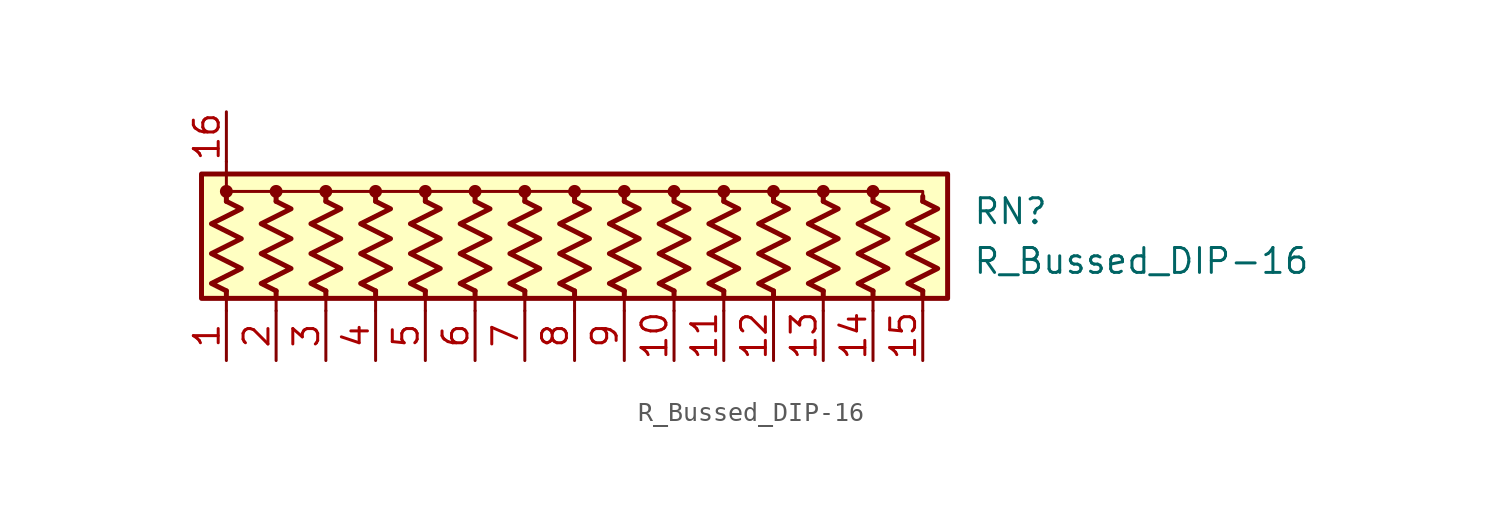
<source format=kicad_sym>
(kicad_symbol_lib
  (version 20220914)
  (generator kicad_symbol_editor)
  (symbol "R_Bussed_DIP-16"
    (pin_names
      (offset 0.002) hide)
    (property "Reference" "RN"
      (at 20.32 1.27 0)
      (effects (font (size 1.27 1.27)) (justify left)))
    (property "Value" "R_Bussed_DIP-16"
      (at 20.32 -1.27 0)
      (effects (font (size 1.27 1.27)) (justify left)))
    (symbol "R_Bussed_DIP-16_0_1"
      (rectangle (start -19.05 3.175) (end 19.05 -3.175) (stroke (width 0.254) (type default)) (fill (type background)))
      (circle (center -17.78 2.286) (radius 0.254) (stroke (width 0) (type default)) (fill (type outline)))
      (circle (center -15.24 2.286) (radius 0.254) (stroke (width 0) (type default)) (fill (type outline)))
      (circle (center -12.7 2.286) (radius 0.254) (stroke (width 0) (type default)) (fill (type outline)))
      (circle (center -10.16 2.286) (radius 0.254) (stroke (width 0) (type default)) (fill (type outline)))
      (circle (center -7.62 2.286) (radius 0.254) (stroke (width 0) (type default)) (fill (type outline)))
      (circle (center -5.08 2.286) (radius 0.254) (stroke (width 0) (type default)) (fill (type outline)))
      (circle (center -2.54 2.286) (radius 0.254) (stroke (width 0) (type default)) (fill (type outline)))
      (polyline (pts (xy -17.78 -2.794) (xy -17.78 -3.81)) (stroke (width 0) (type default)) (fill (type none)))
      (polyline (pts (xy -17.78 -2.794) (xy -17.78 -3.048)) (stroke (width 0.254) (type default)) (fill (type none)))
      (polyline (pts (xy -17.78 1.778) (xy -17.78 2.032)) (stroke (width 0.254) (type default)) (fill (type none)))
      (polyline (pts (xy -17.78 3.81) (xy -17.78 2.54)) (stroke (width 0) (type default)) (fill (type none)))
      (polyline (pts (xy -15.24 -2.794) (xy -15.24 -3.81)) (stroke (width 0) (type default)) (fill (type none)))
      (polyline (pts (xy -15.24 -2.794) (xy -15.24 -3.048)) (stroke (width 0.254) (type default)) (fill (type none)))
      (polyline (pts (xy -15.24 1.778) (xy -15.24 2.032)) (stroke (width 0.254) (type default)) (fill (type none)))
      (polyline (pts (xy -12.7 -2.794) (xy -12.7 -3.81)) (stroke (width 0) (type default)) (fill (type none)))
      (polyline (pts (xy -12.7 -2.794) (xy -12.7 -3.048)) (stroke (width 0.254) (type default)) (fill (type none)))
      (polyline (pts (xy -12.7 1.778) (xy -12.7 2.032)) (stroke (width 0.254) (type default)) (fill (type none)))
      (polyline (pts (xy -10.16 -2.794) (xy -10.16 -3.81)) (stroke (width 0) (type default)) (fill (type none)))
      (polyline (pts (xy -10.16 -2.794) (xy -10.16 -3.048)) (stroke (width 0.254) (type default)) (fill (type none)))
      (polyline (pts (xy -10.16 1.778) (xy -10.16 2.032)) (stroke (width 0.254) (type default)) (fill (type none)))
      (polyline (pts (xy -7.62 -2.794) (xy -7.62 -3.81)) (stroke (width 0) (type default)) (fill (type none)))
      (polyline (pts (xy -7.62 -2.794) (xy -7.62 -3.048)) (stroke (width 0.254) (type default)) (fill (type none)))
      (polyline (pts (xy -7.62 1.778) (xy -7.62 2.032)) (stroke (width 0.254) (type default)) (fill (type none)))
      (polyline (pts (xy -5.08 -2.794) (xy -5.08 -3.81)) (stroke (width 0) (type default)) (fill (type none)))
      (polyline (pts (xy -5.08 -2.794) (xy -5.08 -3.048)) (stroke (width 0.254) (type default)) (fill (type none)))
      (polyline (pts (xy -5.08 1.778) (xy -5.08 2.032)) (stroke (width 0.254) (type default)) (fill (type none)))
      (polyline (pts (xy -2.54 -2.794) (xy -2.54 -3.81)) (stroke (width 0) (type default)) (fill (type none)))
      (polyline (pts (xy -2.54 -2.794) (xy -2.54 -3.048)) (stroke (width 0.254) (type default)) (fill (type none)))
      (polyline (pts (xy -2.54 1.778) (xy -2.54 2.032)) (stroke (width 0.254) (type default)) (fill (type none)))
      (polyline (pts (xy 0 -2.794) (xy 0 -3.81)) (stroke (width 0) (type default)) (fill (type none)))
      (polyline (pts (xy 0 -2.794) (xy 0 -3.048)) (stroke (width 0.254) (type default)) (fill (type none)))
      (polyline (pts (xy 0 1.778) (xy 0 2.032)) (stroke (width 0.254) (type default)) (fill (type none)))
      (polyline (pts (xy 2.54 -2.794) (xy 2.54 -3.81)) (stroke (width 0) (type default)) (fill (type none)))
      (polyline (pts (xy 2.54 -2.794) (xy 2.54 -3.048)) (stroke (width 0.254) (type default)) (fill (type none)))
      (polyline (pts (xy 2.54 1.778) (xy 2.54 2.032)) (stroke (width 0.254) (type default)) (fill (type none)))
      (polyline (pts (xy 5.08 -2.794) (xy 5.08 -3.81)) (stroke (width 0) (type default)) (fill (type none)))
      (polyline (pts (xy 5.08 -2.794) (xy 5.08 -3.048)) (stroke (width 0.254) (type default)) (fill (type none)))
      (polyline (pts (xy 5.08 1.778) (xy 5.08 2.032)) (stroke (width 0.254) (type default)) (fill (type none)))
      (polyline (pts (xy 7.62 -2.794) (xy 7.62 -3.81)) (stroke (width 0) (type default)) (fill (type none)))
      (polyline (pts (xy 7.62 -2.794) (xy 7.62 -3.048)) (stroke (width 0.254) (type default)) (fill (type none)))
      (polyline (pts (xy 7.62 1.778) (xy 7.62 2.032)) (stroke (width 0.254) (type default)) (fill (type none)))
      (polyline (pts (xy 10.16 -2.794) (xy 10.16 -3.81)) (stroke (width 0) (type default)) (fill (type none)))
      (polyline (pts (xy 10.16 -2.794) (xy 10.16 -3.048)) (stroke (width 0.254) (type default)) (fill (type none)))
      (polyline (pts (xy 10.16 1.778) (xy 10.16 2.032)) (stroke (width 0.254) (type default)) (fill (type none)))
      (polyline (pts (xy 12.7 -2.794) (xy 12.7 -3.81)) (stroke (width 0) (type default)) (fill (type none)))
      (polyline (pts (xy 12.7 -2.794) (xy 12.7 -3.048)) (stroke (width 0.254) (type default)) (fill (type none)))
      (polyline (pts (xy 12.7 1.778) (xy 12.7 2.032)) (stroke (width 0.254) (type default)) (fill (type none)))
      (polyline (pts (xy 15.24 -2.794) (xy 15.24 -3.81)) (stroke (width 0) (type default)) (fill (type none)))
      (polyline (pts (xy 15.24 -2.794) (xy 15.24 -3.048)) (stroke (width 0.254) (type default)) (fill (type none)))
      (polyline (pts (xy 15.24 1.778) (xy 15.24 2.032)) (stroke (width 0.254) (type default)) (fill (type none)))
      (polyline (pts (xy 17.78 -2.794) (xy 17.78 -3.81)) (stroke (width 0) (type default)) (fill (type none)))
      (polyline (pts (xy 17.78 -2.794) (xy 17.78 -3.048)) (stroke (width 0.254) (type default)) (fill (type none)))
      (polyline (pts (xy 17.78 1.778) (xy 17.78 2.032)) (stroke (width 0.254) (type default)) (fill (type none)))
      (polyline (pts (xy 0 1.778) (xy 0 2.286) (xy -2.54 2.286)) (stroke (width 0.152) (type default)) (fill (type none)))
      (polyline (pts (xy 2.54 1.778) (xy 2.54 2.286) (xy 0 2.286)) (stroke (width 0.152) (type default)) (fill (type none)))
      (polyline (pts (xy 5.08 1.778) (xy 5.08 2.286) (xy 2.54 2.286)) (stroke (width 0.152) (type default)) (fill (type none)))
      (polyline (pts (xy 7.62 1.778) (xy 7.62 2.286) (xy 5.08 2.286)) (stroke (width 0.152) (type default)) (fill (type none)))
      (polyline (pts (xy 10.16 1.778) (xy 10.16 2.286) (xy 7.62 2.286)) (stroke (width 0.152) (type default)) (fill (type none)))
      (polyline (pts (xy 12.7 1.778) (xy 12.7 2.286) (xy 10.16 2.286)) (stroke (width 0.152) (type default)) (fill (type none)))
      (polyline (pts (xy 15.24 1.778) (xy 15.24 2.286) (xy 12.7 2.286)) (stroke (width 0.152) (type default)) (fill (type none)))
      (polyline (pts (xy 17.78 1.778) (xy 17.78 2.286) (xy 15.24 2.286)) (stroke (width 0.152) (type default)) (fill (type none)))
      (polyline (pts (xy -17.78 2.032) (xy -17.78 2.286) (xy -15.24 2.286) (xy -15.24 1.778)) (stroke (width 0) (type default)) (fill (type none)))
      (polyline (pts (xy -15.24 1.778) (xy -15.24 2.286) (xy -12.7 2.286) (xy -12.7 1.778)) (stroke (width 0) (type default)) (fill (type none)))
      (polyline (pts (xy -12.7 1.778) (xy -12.7 2.286) (xy -10.16 2.286) (xy -10.16 1.778)) (stroke (width 0) (type default)) (fill (type none)))
      (polyline (pts (xy -10.16 1.778) (xy -10.16 2.286) (xy -7.62 2.286) (xy -7.62 1.778)) (stroke (width 0) (type default)) (fill (type none)))
      (polyline (pts (xy -7.62 1.778) (xy -7.62 2.286) (xy -5.08 2.286) (xy -5.08 1.778)) (stroke (width 0) (type default)) (fill (type none)))
      (polyline (pts (xy -5.08 1.778) (xy -5.08 2.286) (xy -2.54 2.286) (xy -2.54 1.778)) (stroke (width 0) (type default)) (fill (type none)))
      (polyline (pts (xy -17.78 1.778) (xy -17.018 1.397) (xy -18.542 0.635) (xy -17.78 0.254) (xy -17.018 -0.127) (xy -17.78 -0.508) (xy -18.542 -0.889) (xy -17.78 -1.27) (xy -17.018 -1.651) (xy -17.78 -2.032) (xy -18.542 -2.413) (xy -17.78 -2.794)) (stroke (width 0.254) (type default)) (fill (type none)))
      (polyline (pts (xy -15.24 1.778) (xy -14.478 1.397) (xy -16.002 0.635) (xy -15.24 0.254) (xy -14.478 -0.127) (xy -15.24 -0.508) (xy -16.002 -0.889) (xy -15.24 -1.27) (xy -14.478 -1.651) (xy -15.24 -2.032) (xy -16.002 -2.413) (xy -15.24 -2.794)) (stroke (width 0.254) (type default)) (fill (type none)))
      (polyline (pts (xy -12.7 1.778) (xy -11.938 1.397) (xy -13.462 0.635) (xy -12.7 0.254) (xy -11.938 -0.127) (xy -12.7 -0.508) (xy -13.462 -0.889) (xy -12.7 -1.27) (xy -11.938 -1.651) (xy -12.7 -2.032) (xy -13.462 -2.413) (xy -12.7 -2.794)) (stroke (width 0.254) (type default)) (fill (type none)))
      (polyline (pts (xy -10.16 1.778) (xy -9.398 1.397) (xy -10.922 0.635) (xy -10.16 0.254) (xy -9.398 -0.127) (xy -10.16 -0.508) (xy -10.922 -0.889) (xy -10.16 -1.27) (xy -9.398 -1.651) (xy -10.16 -2.032) (xy -10.922 -2.413) (xy -10.16 -2.794)) (stroke (width 0.254) (type default)) (fill (type none)))
      (polyline (pts (xy -7.62 1.778) (xy -6.858 1.397) (xy -8.382 0.635) (xy -7.62 0.254) (xy -6.858 -0.127) (xy -7.62 -0.508) (xy -8.382 -0.889) (xy -7.62 -1.27) (xy -6.858 -1.651) (xy -7.62 -2.032) (xy -8.382 -2.413) (xy -7.62 -2.794)) (stroke (width 0.254) (type default)) (fill (type none)))
      (polyline (pts (xy -5.08 1.778) (xy -4.318 1.397) (xy -5.842 0.635) (xy -5.08 0.254) (xy -4.318 -0.127) (xy -5.08 -0.508) (xy -5.842 -0.889) (xy -5.08 -1.27) (xy -4.318 -1.651) (xy -5.08 -2.032) (xy -5.842 -2.413) (xy -5.08 -2.794)) (stroke (width 0.254) (type default)) (fill (type none)))
      (polyline (pts (xy -2.54 1.778) (xy -1.778 1.397) (xy -3.302 0.635) (xy -2.54 0.254) (xy -1.778 -0.127) (xy -2.54 -0.508) (xy -3.302 -0.889) (xy -2.54 -1.27) (xy -1.778 -1.651) (xy -2.54 -2.032) (xy -3.302 -2.413) (xy -2.54 -2.794)) (stroke (width 0.254) (type default)) (fill (type none)))
      (polyline (pts (xy 0 1.778) (xy 0.762 1.397) (xy -0.762 0.635) (xy 0 0.254) (xy 0.762 -0.127) (xy 0 -0.508) (xy -0.762 -0.889) (xy 0 -1.27) (xy 0.762 -1.651) (xy 0 -2.032) (xy -0.762 -2.413) (xy 0 -2.794)) (stroke (width 0.254) (type default)) (fill (type none)))
      (polyline (pts (xy 2.54 1.778) (xy 3.302 1.397) (xy 1.778 0.635) (xy 2.54 0.254) (xy 3.302 -0.127) (xy 2.54 -0.508) (xy 1.778 -0.889) (xy 2.54 -1.27) (xy 3.302 -1.651) (xy 2.54 -2.032) (xy 1.778 -2.413) (xy 2.54 -2.794)) (stroke (width 0.254) (type default)) (fill (type none)))
      (polyline (pts (xy 5.08 1.778) (xy 5.842 1.397) (xy 4.318 0.635) (xy 5.08 0.254) (xy 5.842 -0.127) (xy 5.08 -0.508) (xy 4.318 -0.889) (xy 5.08 -1.27) (xy 5.842 -1.651) (xy 5.08 -2.032) (xy 4.318 -2.413) (xy 5.08 -2.794)) (stroke (width 0.254) (type default)) (fill (type none)))
      (polyline (pts (xy 7.62 1.778) (xy 8.382 1.397) (xy 6.858 0.635) (xy 7.62 0.254) (xy 8.382 -0.127) (xy 7.62 -0.508) (xy 6.858 -0.889) (xy 7.62 -1.27) (xy 8.382 -1.651) (xy 7.62 -2.032) (xy 6.858 -2.413) (xy 7.62 -2.794)) (stroke (width 0.254) (type default)) (fill (type none)))
      (polyline (pts (xy 10.16 1.778) (xy 10.922 1.397) (xy 9.398 0.635) (xy 10.16 0.254) (xy 10.922 -0.127) (xy 10.16 -0.508) (xy 9.398 -0.889) (xy 10.16 -1.27) (xy 10.922 -1.651) (xy 10.16 -2.032) (xy 9.398 -2.413) (xy 10.16 -2.794)) (stroke (width 0.254) (type default)) (fill (type none)))
      (polyline (pts (xy 12.7 1.778) (xy 13.462 1.397) (xy 11.938 0.635) (xy 12.7 0.254) (xy 13.462 -0.127) (xy 12.7 -0.508) (xy 11.938 -0.889) (xy 12.7 -1.27) (xy 13.462 -1.651) (xy 12.7 -2.032) (xy 11.938 -2.413) (xy 12.7 -2.794)) (stroke (width 0.254) (type default)) (fill (type none)))
      (polyline (pts (xy 15.24 1.778) (xy 16.002 1.397) (xy 14.478 0.635) (xy 15.24 0.254) (xy 16.002 -0.127) (xy 15.24 -0.508) (xy 14.478 -0.889) (xy 15.24 -1.27) (xy 16.002 -1.651) (xy 15.24 -2.032) (xy 14.478 -2.413) (xy 15.24 -2.794)) (stroke (width 0.254) (type default)) (fill (type none)))
      (polyline (pts (xy 17.78 1.778) (xy 18.542 1.397) (xy 17.018 0.635) (xy 17.78 0.254) (xy 18.542 -0.127) (xy 17.78 -0.508) (xy 17.018 -0.889) (xy 17.78 -1.27) (xy 18.542 -1.651) (xy 17.78 -2.032) (xy 17.018 -2.413) (xy 17.78 -2.794)) (stroke (width 0.254) (type default)) (fill (type none)))
      (circle (center 0 2.286) (radius 0.254) (stroke (width 0) (type default)) (fill (type outline)))
      (circle (center 2.54 2.286) (radius 0.254) (stroke (width 0) (type default)) (fill (type outline)))
      (circle (center 5.08 2.286) (radius 0.254) (stroke (width 0) (type default)) (fill (type outline)))
      (circle (center 7.62 2.286) (radius 0.254) (stroke (width 0) (type default)) (fill (type outline)))
      (circle (center 10.16 2.286) (radius 0.254) (stroke (width 0) (type default)) (fill (type outline)))
      (circle (center 12.7 2.286) (radius 0.254) (stroke (width 0) (type default)) (fill (type outline)))
      (circle (center 15.24 2.286) (radius 0.254) (stroke (width 0) (type default)) (fill (type outline))))
    (symbol "R_Bussed_DIP-16_1_1"
      (pin passive line (at -17.78 -6.35 90) (length 2.54) (name "R1" (effects (font (size 1.27 1.27)))) (number "1" (effects (font (size 1.27 1.27)))))
      (pin passive line (at 5.08 -6.35 90) (length 2.54) (name "R10" (effects (font (size 1.27 1.27)))) (number "10" (effects (font (size 1.27 1.27)))))
      (pin passive line (at 7.62 -6.35 90) (length 2.54) (name "R11" (effects (font (size 1.27 1.27)))) (number "11" (effects (font (size 1.27 1.27)))))
      (pin passive line (at 10.16 -6.35 90) (length 2.54) (name "R12" (effects (font (size 1.27 1.27)))) (number "12" (effects (font (size 1.27 1.27)))))
      (pin passive line (at 12.7 -6.35 90) (length 2.54) (name "R13" (effects (font (size 1.27 1.27)))) (number "13" (effects (font (size 1.27 1.27)))))
      (pin passive line (at 15.24 -6.35 90) (length 2.54) (name "R14" (effects (font (size 1.27 1.27)))) (number "14" (effects (font (size 1.27 1.27)))))
      (pin passive line (at 17.78 -6.35 90) (length 2.54) (name "R15" (effects (font (size 1.27 1.27)))) (number "15" (effects (font (size 1.27 1.27)))))
      (pin passive line (at -17.78 6.35 270) (length 2.54) (name "common" (effects (font (size 1.27 1.27)))) (number "16" (effects (font (size 1.27 1.27)))))
      (pin passive line (at -15.24 -6.35 90) (length 2.54) (name "R2" (effects (font (size 1.27 1.27)))) (number "2" (effects (font (size 1.27 1.27)))))
      (pin passive line (at -12.7 -6.35 90) (length 2.54) (name "R3" (effects (font (size 1.27 1.27)))) (number "3" (effects (font (size 1.27 1.27)))))
      (pin passive line (at -10.16 -6.35 90) (length 2.54) (name "R4" (effects (font (size 1.27 1.27)))) (number "4" (effects (font (size 1.27 1.27)))))
      (pin passive line (at -7.62 -6.35 90) (length 2.54) (name "R5" (effects (font (size 1.27 1.27)))) (number "5" (effects (font (size 1.27 1.27)))))
      (pin passive line (at -5.08 -6.35 90) (length 2.54) (name "R6" (effects (font (size 1.27 1.27)))) (number "6" (effects (font (size 1.27 1.27)))))
      (pin passive line (at -2.54 -6.35 90) (length 2.54) (name "R7" (effects (font (size 1.27 1.27)))) (number "7" (effects (font (size 1.27 1.27)))))
      (pin passive line (at 0 -6.35 90) (length 2.54) (name "R8" (effects (font (size 1.27 1.27)))) (number "8" (effects (font (size 1.27 1.27)))))
      (pin passive line (at 2.54 -6.35 90) (length 2.54) (name "R9" (effects (font (size 1.27 1.27)))) (number "9" (effects (font (size 1.27 1.27))))))))
</source>
